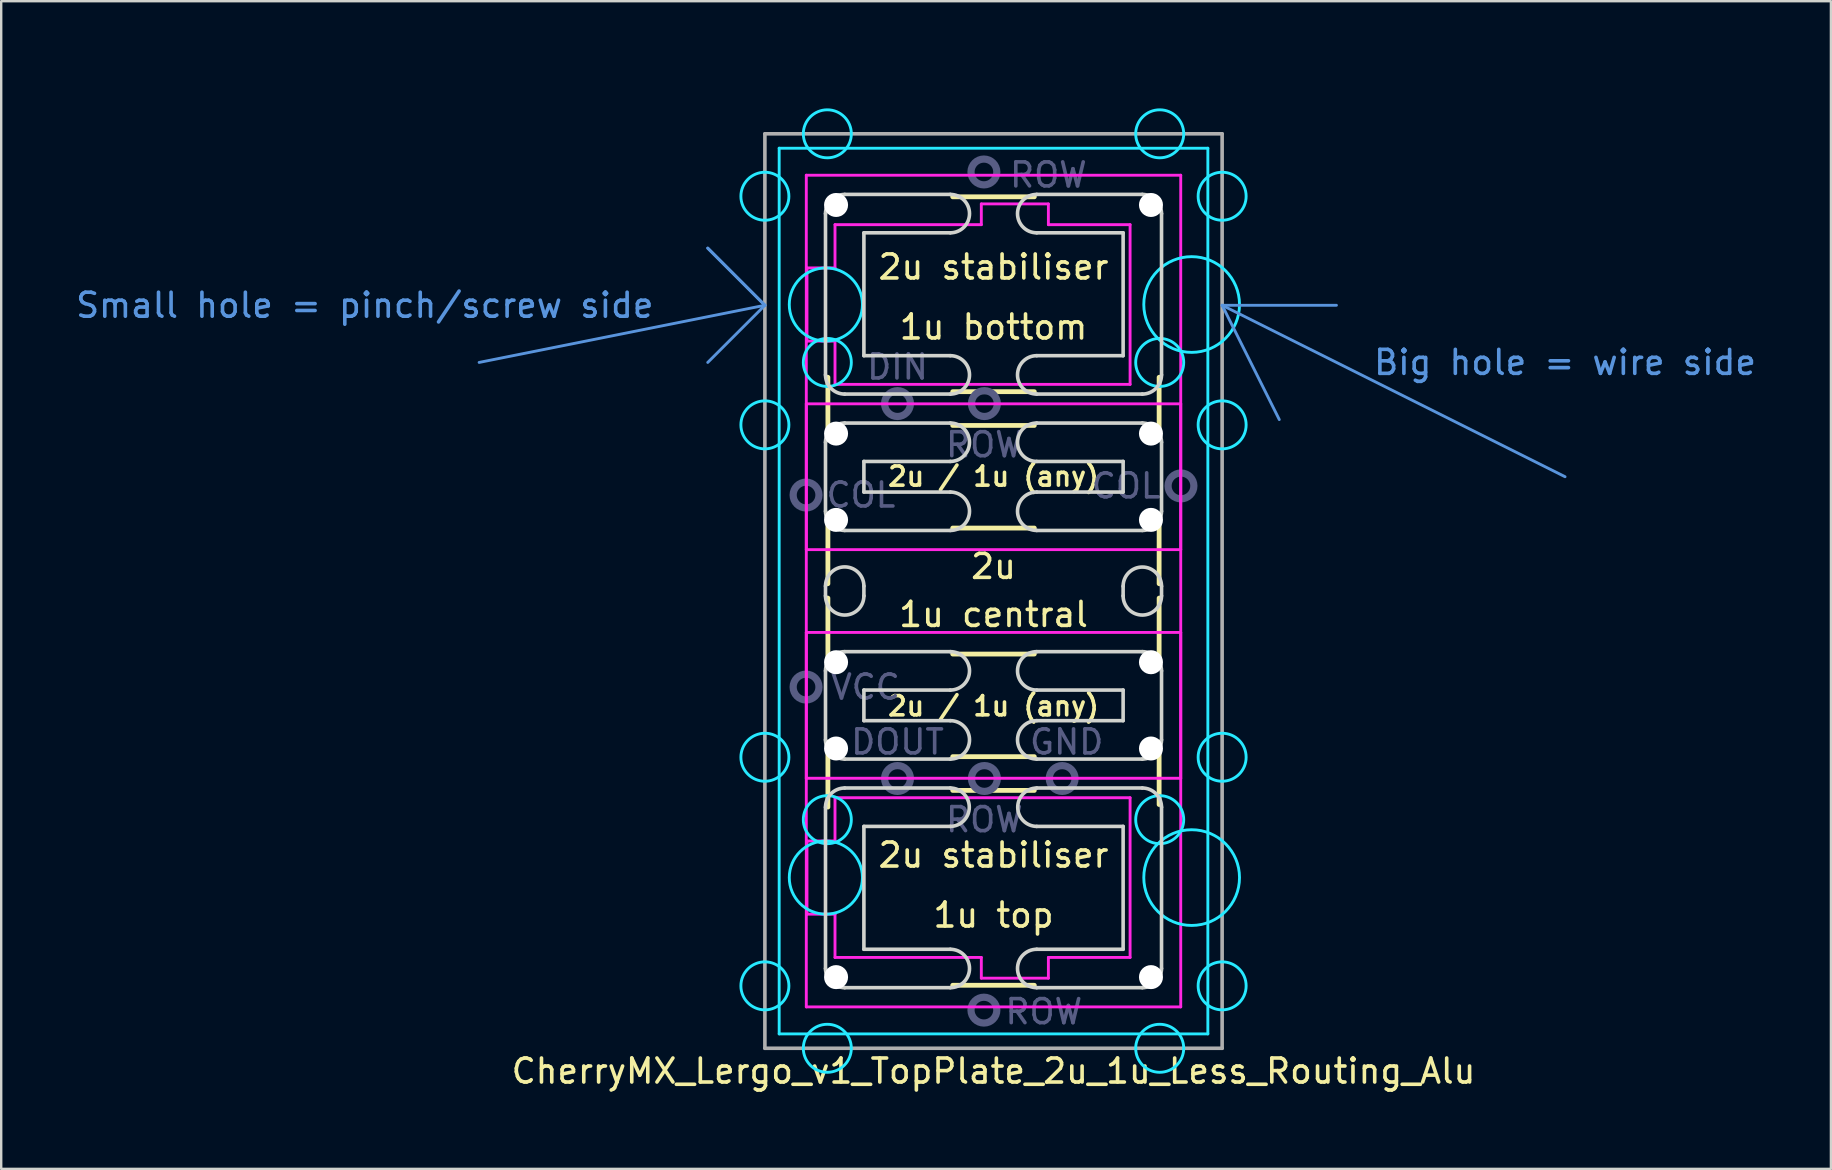
<source format=kicad_pcb>
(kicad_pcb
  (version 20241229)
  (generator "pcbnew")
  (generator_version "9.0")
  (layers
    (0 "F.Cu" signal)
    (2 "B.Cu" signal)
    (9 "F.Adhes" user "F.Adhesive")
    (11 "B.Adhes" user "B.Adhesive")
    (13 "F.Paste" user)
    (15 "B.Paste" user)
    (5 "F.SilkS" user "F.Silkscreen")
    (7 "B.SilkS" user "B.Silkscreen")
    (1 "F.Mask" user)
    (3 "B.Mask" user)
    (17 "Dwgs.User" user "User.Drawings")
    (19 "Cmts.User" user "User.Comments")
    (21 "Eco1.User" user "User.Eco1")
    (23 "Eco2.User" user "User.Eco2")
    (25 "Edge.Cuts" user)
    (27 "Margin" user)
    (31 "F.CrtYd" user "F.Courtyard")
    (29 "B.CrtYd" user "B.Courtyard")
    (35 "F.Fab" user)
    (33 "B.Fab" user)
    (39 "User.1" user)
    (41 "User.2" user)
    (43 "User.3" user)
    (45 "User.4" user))
  (footprint "CherryMX_Lergo_v1_TopPlate_2u_1u_Less_Routing_Alu"
    (layer "F.Cu")
    (at 38.343 21.575)
    (property "Reference" "CherryMX_Lergo_v1_TopPlate_2u_1u_Less_Routing_Alu" (at 0 20 0) (layer "F.SilkS") (effects (font (size 1 1) (thickness 0.15))))
    (attr through_hole)
    (fp_line (start -6.9 -6.306) (end -6.9 -8.906) (stroke (width 0.2) (type solid)) (layer "F.SilkS"))
    (fp_line (start -6.9 -0.306) (end -6.9 -3.206) (stroke (width 0.2) (type solid)) (layer "F.SilkS"))
    (fp_line (start -6.9 3.194) (end -6.9 0.294) (stroke (width 0.2) (type solid)) (layer "F.SilkS"))
    (fp_line (start -6.9 9) (end -6.9 6.294) (stroke (width 0.2) (type solid)) (layer "F.SilkS"))
    (fp_line (start -1.7 -16.425) (end 1.7 -16.425) (stroke (width 0.2) (type solid)) (layer "F.SilkS"))
    (fp_line (start -1.7 -8.306) (end 1.7 -8.306) (stroke (width 0.2) (type solid)) (layer "F.SilkS"))
    (fp_line (start -1.7 -6.9) (end 1.7 -6.9) (stroke (width 0.2) (type solid)) (layer "F.SilkS"))
    (fp_line (start -1.7 -2.625) (end 1.7 -2.625) (stroke (width 0.2) (type solid)) (layer "F.SilkS"))
    (fp_line (start -1.7 2.625) (end 1.7 2.625) (stroke (width 0.2) (type solid)) (layer "F.SilkS"))
    (fp_line (start -1.7 6.9) (end 1.7 6.9) (stroke (width 0.2) (type solid)) (layer "F.SilkS"))
    (fp_line (start -1.7 8.306) (end 1.7 8.306) (stroke (width 0.2) (type solid)) (layer "F.SilkS"))
    (fp_line (start -1.7 16.425) (end 1.7 16.425) (stroke (width 0.2) (type solid)) (layer "F.SilkS"))
    (fp_line (start 6.9 -6.306) (end 6.9 -8.906) (stroke (width 0.2) (type solid)) (layer "F.SilkS"))
    (fp_line (start 6.9 -0.306) (end 6.9 -3.206) (stroke (width 0.2) (type solid)) (layer "F.SilkS"))
    (fp_line (start 6.9 3.194) (end 6.9 0.294) (stroke (width 0.2) (type solid)) (layer "F.SilkS"))
    (fp_line (start 6.9 8.894) (end 6.9 6.294) (stroke (width 0.2) (type solid)) (layer "F.SilkS"))
    (fp_line (start -21.431 -9.525) (end -9.525 -11.906) (stroke (width 0.12) (type solid)) (layer "Cmts.User"))
    (fp_line (start -11.906 -14.287) (end -9.525 -11.906) (stroke (width 0.12) (type solid)) (layer "Cmts.User"))
    (fp_line (start -9.525 -11.906) (end -11.906 -14.287) (stroke (width 0.12) (type solid)) (layer "Cmts.User"))
    (fp_line (start -9.525 -11.906) (end -11.906 -9.525) (stroke (width 0.12) (type solid)) (layer "Cmts.User"))
    (fp_line (start 9.525 -11.906) (end 11.906 -7.144) (stroke (width 0.12) (type solid)) (layer "Cmts.User"))
    (fp_line (start 9.525 -11.906) (end 14.287 -11.906) (stroke (width 0.12) (type solid)) (layer "Cmts.User"))
    (fp_line (start 9.525 -11.906) (end 23.812 -4.763) (stroke (width 0.12) (type solid)) (layer "Cmts.User"))
    (fp_line (start -8.75 -10.44) (end -8.75 -13.44) (stroke (width 0.12) (type solid)) (layer "Eco1.User"))
    (fp_line (start -8.75 10.44) (end -8.75 13.44) (stroke (width 0.12) (type solid)) (layer "Eco1.User"))
    (fp_line (start -7.5 -13.94) (end -8.25 -13.94) (stroke (width 0.12) (type solid)) (layer "Eco1.User"))
    (fp_line (start -7.5 -9.94) (end -8.25 -9.94) (stroke (width 0.12) (type solid)) (layer "Eco1.User"))
    (fp_line (start -7.5 9.94) (end -8.25 9.94) (stroke (width 0.12) (type solid)) (layer "Eco1.User"))
    (fp_line (start -7.5 13.94) (end -8.25 13.94) (stroke (width 0.12) (type solid)) (layer "Eco1.User"))
    (fp_line (start -7 -16.025) (end -7 -14.44) (stroke (width 0.12) (type solid)) (layer "Eco1.User"))
    (fp_line (start -7 -9.44) (end -7 9.44) (stroke (width 0.12) (type solid)) (layer "Eco1.User"))
    (fp_line (start -7 16.025) (end -7 14.44) (stroke (width 0.12) (type solid)) (layer "Eco1.User"))
    (fp_line (start -6.5 16.525) (end 10.25 16.525) (stroke (width 0.12) (type solid)) (layer "Eco1.User"))
    (fp_line (start 7 -2.67) (end 7 -16.38) (stroke (width 0.12) (type solid)) (layer "Eco1.User"))
    (fp_line (start 7 6.855) (end 7 -6.855) (stroke (width 0.12) (type solid)) (layer "Eco1.User"))
    (fp_line (start 7 16.38) (end 7 2.67) (stroke (width 0.12) (type solid)) (layer "Eco1.User"))
    (fp_line (start 10.25 -16.525) (end -6.5 -16.525) (stroke (width 0.12) (type solid)) (layer "Eco1.User"))
    (fp_line (start 10.25 -7.355) (end 7.5 -7.355) (stroke (width 0.12) (type solid)) (layer "Eco1.User"))
    (fp_line (start 10.25 7.355) (end 7.5 7.355) (stroke (width 0.12) (type solid)) (layer "Eco1.User"))
    (fp_line (start 10.75 -16.025) (end 10.75 -7.855) (stroke (width 0.12) (type solid)) (layer "Eco1.User"))
    (fp_line (start 10.75 16.025) (end 10.75 7.855) (stroke (width 0.12) (type solid)) (layer "Eco1.User"))
    (fp_arc (start -8.75 -13.44) (mid -8.603553 -13.793553) (end -8.25 -13.94) (stroke (width 0.12) (type solid)) (layer "Eco1.User"))
    (fp_arc (start -8.75 10.44) (mid -8.603553 10.086447) (end -8.25 9.94) (stroke (width 0.12) (type solid)) (layer "Eco1.User"))
    (fp_arc (start -8.25 -9.94) (mid -8.603553 -10.086447) (end -8.75 -10.44) (stroke (width 0.12) (type solid)) (layer "Eco1.User"))
    (fp_arc (start -8.25 13.94) (mid -8.603553 13.793553) (end -8.75 13.44) (stroke (width 0.12) (type solid)) (layer "Eco1.User"))
    (fp_arc (start -7.5 -9.94) (mid -7.146447 -9.793553) (end -7 -9.44) (stroke (width 0.12) (type solid)) (layer "Eco1.User"))
    (fp_arc (start -7.5 13.94) (mid -7.146447 14.086447) (end -7 14.44) (stroke (width 0.12) (type solid)) (layer "Eco1.User"))
    (fp_arc (start -7 -16.025) (mid -6.853553 -16.378553) (end -6.5 -16.525) (stroke (width 0.12) (type solid)) (layer "Eco1.User"))
    (fp_arc (start -7 -14.44) (mid -7.146447 -14.086447) (end -7.5 -13.94) (stroke (width 0.12) (type solid)) (layer "Eco1.User"))
    (fp_arc (start -7 9.44) (mid -7.146447 9.793553) (end -7.5 9.94) (stroke (width 0.12) (type solid)) (layer "Eco1.User"))
    (fp_arc (start -6.5 16.525) (mid -6.853553 16.378553) (end -7 16.025) (stroke (width 0.12) (type solid)) (layer "Eco1.User"))
    (fp_arc (start 7 -6.855) (mid 7.146447 -7.208553) (end 7.5 -7.355) (stroke (width 0.12) (type solid)) (layer "Eco1.User"))
    (fp_arc (start 7.5 7.355) (mid 7.146447 7.208553) (end 7 6.855) (stroke (width 0.12) (type solid)) (layer "Eco1.User"))
    (fp_arc (start 10.25 -16.525) (mid 10.603553 -16.378553) (end 10.75 -16.025) (stroke (width 0.12) (type solid)) (layer "Eco1.User"))
    (fp_arc (start 10.25 7.355) (mid 10.603553 7.501447) (end 10.75 7.855) (stroke (width 0.12) (type solid)) (layer "Eco1.User"))
    (fp_arc (start 10.75 -7.855) (mid 10.603553 -7.501447) (end 10.25 -7.355) (stroke (width 0.12) (type solid)) (layer "Eco1.User"))
    (fp_arc (start 10.75 16.025) (mid 10.603553 16.378553) (end 10.25 16.525) (stroke (width 0.12) (type solid)) (layer "Eco1.User"))
    (fp_line (start -11.5 -21.5) (end -11.5 21) (stroke (width 0.15) (type solid)) (layer "Eco2.User"))
    (fp_line (start 11.5 -21.5) (end -11.5 -21.5) (stroke (width 0.15) (type solid)) (layer "Eco2.User"))
    (fp_line (start 11.5 -21.5) (end 11.5 21) (stroke (width 0.15) (type solid)) (layer "Eco2.User"))
    (fp_line (start 11.5 21) (end -11.5 21) (stroke (width 0.15) (type solid)) (layer "Eco2.User"))
    (fp_line (start -7 9.006) (end -7 15.725) (stroke (width 0.15) (type solid)) (layer "Edge.Cuts"))
    (fp_line (start -7 -15.725) (end -7 -9.006) (stroke (width 0.15) (type solid)) (layer "Edge.Cuts"))
    (fp_line (start -7 -6.2) (end -7 -3.325) (stroke (width 0.15) (type solid)) (layer "Edge.Cuts"))
    (fp_line (start -7 0.2) (end -7 -0.206) (stroke (width 0.15) (type solid)) (layer "Edge.Cuts"))
    (fp_line (start -7 3.325) (end -7 6.2) (stroke (width 0.15) (type solid)) (layer "Edge.Cuts"))
    (fp_line (start -6.2 -2.525) (end -1.8 -2.525) (stroke (width 0.15) (type solid)) (layer "Edge.Cuts"))
    (fp_line (start -6.2 7) (end -1.8 7) (stroke (width 0.15) (type solid)) (layer "Edge.Cuts"))
    (fp_line (start -6.2 16.525) (end -1.8 16.525) (stroke (width 0.15) (type solid)) (layer "Edge.Cuts"))
    (fp_line (start -5.4 -9.806) (end -5.4 -14.925) (stroke (width 0.15) (type solid)) (layer "Edge.Cuts"))
    (fp_line (start -5.4 -4.125) (end -5.4 -5.4) (stroke (width 0.15) (type solid)) (layer "Edge.Cuts"))
    (fp_line (start -5.4 -4.125) (end -1.8 -4.125) (stroke (width 0.15) (type solid)) (layer "Edge.Cuts"))
    (fp_line (start -5.4 0.2) (end -5.4 -0.206) (stroke (width 0.15) (type solid)) (layer "Edge.Cuts"))
    (fp_line (start -5.4 5.4) (end -5.4 4.125) (stroke (width 0.15) (type solid)) (layer "Edge.Cuts"))
    (fp_line (start -5.4 5.4) (end -1.8 5.4) (stroke (width 0.15) (type solid)) (layer "Edge.Cuts"))
    (fp_line (start -5.4 14.925) (end -5.4 9.806) (stroke (width 0.15) (type solid)) (layer "Edge.Cuts"))
    (fp_line (start -5.4 14.925) (end -1.8 14.925) (stroke (width 0.15) (type solid)) (layer "Edge.Cuts"))
    (fp_line (start -1.8 -9.806) (end -5.4 -9.806) (stroke (width 0.15) (type solid)) (layer "Edge.Cuts"))
    (fp_line (start -1.8 -8.206) (end -6.2 -8.206) (stroke (width 0.15) (type solid)) (layer "Edge.Cuts"))
    (fp_line (start -1.8 -7) (end -6.2 -7) (stroke (width 0.15) (type solid)) (layer "Edge.Cuts"))
    (fp_line (start -1.8 -5.4) (end -5.4 -5.4) (stroke (width 0.15) (type solid)) (layer "Edge.Cuts"))
    (fp_line (start -1.8 2.525) (end -6.2 2.525) (stroke (width 0.15) (type solid)) (layer "Edge.Cuts"))
    (fp_line (start -1.8 4.125) (end -5.4 4.125) (stroke (width 0.15) (type solid)) (layer "Edge.Cuts"))
    (fp_line (start -1.8 8.206) (end -6.2 8.206) (stroke (width 0.15) (type solid)) (layer "Edge.Cuts"))
    (fp_line (start -1.8 9.806) (end -5.4 9.806) (stroke (width 0.15) (type solid)) (layer "Edge.Cuts"))
    (fp_line (start -1.8 -16.525) (end -6.2 -16.525) (stroke (width 0.15) (type solid)) (layer "Edge.Cuts"))
    (fp_line (start -1.8 -14.925) (end -5.4 -14.925) (stroke (width 0.15) (type solid)) (layer "Edge.Cuts"))
    (fp_line (start 1.8 -4.125) (end 5.4 -4.125) (stroke (width 0.15) (type solid)) (layer "Edge.Cuts"))
    (fp_line (start 1.8 -2.525) (end 6.2 -2.525) (stroke (width 0.15) (type solid)) (layer "Edge.Cuts"))
    (fp_line (start 1.8 5.4) (end 5.4 5.4) (stroke (width 0.15) (type solid)) (layer "Edge.Cuts"))
    (fp_line (start 1.8 7) (end 6.2 7) (stroke (width 0.15) (type solid)) (layer "Edge.Cuts"))
    (fp_line (start 1.8 14.925) (end 5.4 14.925) (stroke (width 0.15) (type solid)) (layer "Edge.Cuts"))
    (fp_line (start 1.8 16.525) (end 6.2 16.525) (stroke (width 0.15) (type solid)) (layer "Edge.Cuts"))
    (fp_line (start 5.4 -14.925) (end 1.8 -14.925) (stroke (width 0.15) (type solid)) (layer "Edge.Cuts"))
    (fp_line (start 5.4 -9.806) (end 1.8 -9.806) (stroke (width 0.15) (type solid)) (layer "Edge.Cuts"))
    (fp_line (start 5.4 -9.806) (end 5.4 -14.925) (stroke (width 0.15) (type solid)) (layer "Edge.Cuts"))
    (fp_line (start 5.4 -5.4) (end 1.8 -5.4) (stroke (width 0.15) (type solid)) (layer "Edge.Cuts"))
    (fp_line (start 5.4 -4.125) (end 5.4 -5.4) (stroke (width 0.15) (type solid)) (layer "Edge.Cuts"))
    (fp_line (start 5.4 0.2) (end 5.4 -0.2) (stroke (width 0.15) (type solid)) (layer "Edge.Cuts"))
    (fp_line (start 5.4 4.125) (end 1.8 4.125) (stroke (width 0.15) (type solid)) (layer "Edge.Cuts"))
    (fp_line (start 5.4 5.4) (end 5.4 4.125) (stroke (width 0.15) (type solid)) (layer "Edge.Cuts"))
    (fp_line (start 5.4 9.806) (end 1.8 9.806) (stroke (width 0.15) (type solid)) (layer "Edge.Cuts"))
    (fp_line (start 5.4 14.925) (end 5.4 9.806) (stroke (width 0.15) (type solid)) (layer "Edge.Cuts"))
    (fp_line (start 6.2 -8.206) (end 1.8 -8.206) (stroke (width 0.15) (type solid)) (layer "Edge.Cuts"))
    (fp_line (start 6.2 8.206) (end 1.8 8.206) (stroke (width 0.15) (type solid)) (layer "Edge.Cuts"))
    (fp_line (start 6.2 -16.525) (end 1.8 -16.525) (stroke (width 0.15) (type solid)) (layer "Edge.Cuts"))
    (fp_line (start 6.2 -7) (end 1.8 -7) (stroke (width 0.15) (type solid)) (layer "Edge.Cuts"))
    (fp_line (start 6.2 2.525) (end 1.8 2.525) (stroke (width 0.15) (type solid)) (layer "Edge.Cuts"))
    (fp_line (start 7 9.006) (end 7 15.725) (stroke (width 0.15) (type solid)) (layer "Edge.Cuts"))
    (fp_line (start 7 -15.725) (end 7 -9.006) (stroke (width 0.15) (type solid)) (layer "Edge.Cuts"))
    (fp_line (start 7 -6.2) (end 7 -3.325) (stroke (width 0.15) (type solid)) (layer "Edge.Cuts"))
    (fp_line (start 7 0.2) (end 7 -0.2) (stroke (width 0.15) (type solid)) (layer "Edge.Cuts"))
    (fp_line (start 7 3.325) (end 7 6.2) (stroke (width 0.15) (type solid)) (layer "Edge.Cuts"))
    (fp_arc (start -7.000008 9.006273) (mid -6.765702 8.440573) (end -6.200008 8.20625) (stroke (width 0.15) (type solid)) (layer "Edge.Cuts"))
    (fp_arc (start -7 -15.725) (mid -6.765685 -16.290685) (end -6.2 -16.525) (stroke (width 0.15) (type solid)) (layer "Edge.Cuts"))
    (fp_arc (start -7 -6.2) (mid -6.765685 -6.765685) (end -6.2 -7) (stroke (width 0.15) (type solid)) (layer "Edge.Cuts"))
    (fp_arc (start -7 -0.20625) (mid -6.2 -1.00625) (end -5.4 -0.20625) (stroke (width 0.15) (type solid)) (layer "Edge.Cuts"))
    (fp_arc (start -7 3.325) (mid -6.765685 2.759315) (end -6.2 2.525) (stroke (width 0.15) (type solid)) (layer "Edge.Cuts"))
    (fp_arc (start -6.200008 -8.20625) (mid -6.765693 -8.440565) (end -7.000008 -9.00625) (stroke (width 0.15) (type solid)) (layer "Edge.Cuts"))
    (fp_arc (start -6.2 -2.525) (mid -6.765685 -2.759315) (end -7 -3.325) (stroke (width 0.15) (type solid)) (layer "Edge.Cuts"))
    (fp_arc (start -6.2 7) (mid -6.765685 6.765685) (end -7 6.2) (stroke (width 0.15) (type solid)) (layer "Edge.Cuts"))
    (fp_arc (start -6.2 16.525) (mid -6.765685 16.290685) (end -7 15.725) (stroke (width 0.15) (type solid)) (layer "Edge.Cuts"))
    (fp_arc (start -5.4 0.2) (mid -6.2 1) (end -7 0.2) (stroke (width 0.15) (type solid)) (layer "Edge.Cuts"))
    (fp_arc (start -1.800008 -9.80625) (mid -1.000008 -9.00625) (end -1.800008 -8.20625) (stroke (width 0.15) (type solid)) (layer "Edge.Cuts"))
    (fp_arc (start -1.800008 -7) (mid -1.000008 -6.2) (end -1.800008 -5.4) (stroke (width 0.15) (type solid)) (layer "Edge.Cuts"))
    (fp_arc (start -1.800008 -4.125) (mid -1.000008 -3.325) (end -1.800008 -2.525) (stroke (width 0.15) (type solid)) (layer "Edge.Cuts"))
    (fp_arc (start -1.800008 2.525) (mid -1.000008 3.325) (end -1.800008 4.125) (stroke (width 0.15) (type solid)) (layer "Edge.Cuts"))
    (fp_arc (start -1.800008 5.4) (mid -1.000008 6.2) (end -1.800008 7) (stroke (width 0.15) (type solid)) (layer "Edge.Cuts"))
    (fp_arc (start -1.800008 8.20625) (mid -1.000008 9.00625) (end -1.800008 9.80625) (stroke (width 0.15) (type solid)) (layer "Edge.Cuts"))
    (fp_arc (start -1.8 -16.525) (mid -1 -15.725) (end -1.8 -14.925) (stroke (width 0.15) (type solid)) (layer "Edge.Cuts"))
    (fp_arc (start -1.8 14.925) (mid -1 15.725) (end -1.8 16.525) (stroke (width 0.15) (type solid)) (layer "Edge.Cuts"))
    (fp_arc (start 1.799992 -8.20625) (mid 0.999992 -9.00625) (end 1.799992 -9.80625) (stroke (width 0.15) (type solid)) (layer "Edge.Cuts"))
    (fp_arc (start 1.799992 -5.4) (mid 0.999992 -6.2) (end 1.799992 -7) (stroke (width 0.15) (type solid)) (layer "Edge.Cuts"))
    (fp_arc (start 1.799992 -2.525) (mid 0.999992 -3.325) (end 1.799992 -4.125) (stroke (width 0.15) (type solid)) (layer "Edge.Cuts"))
    (fp_arc (start 1.799992 4.125) (mid 0.999992 3.325) (end 1.799992 2.525) (stroke (width 0.15) (type solid)) (layer "Edge.Cuts"))
    (fp_arc (start 1.799992 7) (mid 0.999992 6.2) (end 1.799992 5.4) (stroke (width 0.15) (type solid)) (layer "Edge.Cuts"))
    (fp_arc (start 1.799992 9.80625) (mid 0.999992 9.00625) (end 1.799992 8.20625) (stroke (width 0.15) (type solid)) (layer "Edge.Cuts"))
    (fp_arc (start 1.799992 16.525) (mid 0.999992 15.725) (end 1.799992 14.925) (stroke (width 0.15) (type solid)) (layer "Edge.Cuts"))
    (fp_arc (start 1.8 -14.925) (mid 1 -15.725) (end 1.8 -16.525) (stroke (width 0.15) (type solid)) (layer "Edge.Cuts"))
    (fp_arc (start 5.4 -0.2) (mid 6.2 -1) (end 7 -0.2) (stroke (width 0.15) (type solid)) (layer "Edge.Cuts"))
    (fp_arc (start 6.199992 8.20625) (mid 6.765677 8.440565) (end 6.999992 9.00625) (stroke (width 0.15) (type solid)) (layer "Edge.Cuts"))
    (fp_arc (start 6.2 -16.525) (mid 6.765685 -16.290685) (end 7 -15.725) (stroke (width 0.15) (type solid)) (layer "Edge.Cuts"))
    (fp_arc (start 6.2 -7) (mid 6.765685 -6.765685) (end 7 -6.2) (stroke (width 0.15) (type solid)) (layer "Edge.Cuts"))
    (fp_arc (start 6.2 2.525) (mid 6.765685 2.759315) (end 7 3.325) (stroke (width 0.15) (type solid)) (layer "Edge.Cuts"))
    (fp_arc (start 6.999992 -9.006227) (mid 6.765669 -8.440556) (end 6.199992 -8.20625) (stroke (width 0.15) (type solid)) (layer "Edge.Cuts"))
    (fp_arc (start 7 -3.325) (mid 6.765685 -2.759315) (end 6.2 -2.525) (stroke (width 0.15) (type solid)) (layer "Edge.Cuts"))
    (fp_arc (start 7 0.2) (mid 6.2 1) (end 5.4 0.2) (stroke (width 0.15) (type solid)) (layer "Edge.Cuts"))
    (fp_arc (start 7 6.2) (mid 6.765685 6.765685) (end 6.2 7) (stroke (width 0.15) (type solid)) (layer "Edge.Cuts"))
    (fp_arc (start 7 15.725) (mid 6.765685 16.290685) (end 6.2 16.525) (stroke (width 0.15) (type solid)) (layer "Edge.Cuts"))
    (fp_line (start -8.93 -18.45) (end 8.93 -18.45) (stroke (width 0.12) (type solid)) (layer "B.CrtYd"))
    (fp_line (start -8.93 18.45) (end -8.93 -18.45) (stroke (width 0.12) (type solid)) (layer "B.CrtYd"))
    (fp_line (start 8.93 -18.45) (end 8.93 18.45) (stroke (width 0.12) (type solid)) (layer "B.CrtYd"))
    (fp_line (start 8.93 18.45) (end -8.93 18.45) (stroke (width 0.12) (type solid)) (layer "B.CrtYd"))
    (fp_circle (center -9.525 -16.449) (end -8.525 -16.449) (stroke (width 0.12) (type solid)) (fill no) (layer "B.CrtYd"))
    (fp_circle (center -9.525 -6.924) (end -8.525 -6.924) (stroke (width 0.12) (type solid)) (fill no) (layer "B.CrtYd"))
    (fp_circle (center -9.525 6.924) (end -8.525 6.924) (stroke (width 0.12) (type solid)) (fill no) (layer "B.CrtYd"))
    (fp_circle (center -9.525 16.449) (end -10.525 16.449) (stroke (width 0.12) (type solid)) (fill no) (layer "B.CrtYd"))
    (fp_circle (center -6.985 -11.938) (end -5.461 -11.938) (stroke (width 0.12) (type solid)) (fill no) (layer "B.CrtYd"))
    (fp_circle (center -6.985 11.938) (end -5.461 11.938) (stroke (width 0.12) (type solid)) (fill no) (layer "B.CrtYd"))
    (fp_circle (center -6.924 -19.05) (end -5.924 -19.05) (stroke (width 0.12) (type solid)) (fill no) (layer "B.CrtYd"))
    (fp_circle (center -6.924 -9.525) (end -5.924 -9.525) (stroke (width 0.12) (type solid)) (fill no) (layer "B.CrtYd"))
    (fp_circle (center -6.924 9.525) (end -5.924 9.525) (stroke (width 0.12) (type solid)) (fill no) (layer "B.CrtYd"))
    (fp_circle (center -6.924 19.05) (end -5.924 19.05) (stroke (width 0.12) (type solid)) (fill no) (layer "B.CrtYd"))
    (fp_circle (center 6.924 -19.05) (end 7.924 -19.05) (stroke (width 0.12) (type solid)) (fill no) (layer "B.CrtYd"))
    (fp_circle (center 6.924 -9.525) (end 7.924 -9.525) (stroke (width 0.12) (type solid)) (fill no) (layer "B.CrtYd"))
    (fp_circle (center 6.924 9.525) (end 7.924 9.525) (stroke (width 0.12) (type solid)) (fill no) (layer "B.CrtYd"))
    (fp_circle (center 6.924 19.05) (end 7.924 19.05) (stroke (width 0.12) (type solid)) (fill no) (layer "B.CrtYd"))
    (fp_circle (center 8.255 -11.938) (end 10.249 -11.938) (stroke (width 0.12) (type solid)) (fill no) (layer "B.CrtYd"))
    (fp_circle (center 8.255 11.938) (end 10.249 11.938) (stroke (width 0.12) (type solid)) (fill no) (layer "B.CrtYd"))
    (fp_circle (center 9.525 -16.449) (end 10.525 -16.449) (stroke (width 0.12) (type solid)) (fill no) (layer "B.CrtYd"))
    (fp_circle (center 9.525 -6.924) (end 10.525 -6.924) (stroke (width 0.12) (type solid)) (fill no) (layer "B.CrtYd"))
    (fp_circle (center 9.525 6.924) (end 10.525 6.924) (stroke (width 0.12) (type solid)) (fill no) (layer "B.CrtYd"))
    (fp_circle (center 9.525 16.449) (end 8.525 16.449) (stroke (width 0.12) (type solid)) (fill no) (layer "B.CrtYd"))
    (fp_line (start -7.8 -17.325) (end 7.8 -17.325) (stroke (width 0.12) (type solid)) (layer "F.CrtYd"))
    (fp_line (start -7.8 -7.8) (end 7.8 -7.8) (stroke (width 0.12) (type solid)) (layer "F.CrtYd"))
    (fp_line (start -7.8 -1.725) (end -7.8 -17.325) (stroke (width 0.12) (type solid)) (layer "F.CrtYd"))
    (fp_line (start -7.8 1.725) (end 7.8 1.725) (stroke (width 0.12) (type solid)) (layer "F.CrtYd"))
    (fp_line (start -7.8 7.8) (end -7.8 -7.8) (stroke (width 0.12) (type solid)) (layer "F.CrtYd"))
    (fp_line (start -7.8 17.325) (end -7.8 1.725) (stroke (width 0.12) (type solid)) (layer "F.CrtYd"))
    (fp_line (start -7.772 -13.462) (end -6.604 -13.462) (stroke (width 0.12) (type solid)) (layer "F.CrtYd"))
    (fp_line (start -7.772 -10.414) (end -7.772 -13.462) (stroke (width 0.12) (type solid)) (layer "F.CrtYd"))
    (fp_line (start -7.772 -10.414) (end -6.604 -10.414) (stroke (width 0.12) (type solid)) (layer "F.CrtYd"))
    (fp_line (start -7.772 10.414) (end -6.604 10.414) (stroke (width 0.12) (type solid)) (layer "F.CrtYd"))
    (fp_line (start -7.772 13.462) (end -7.772 10.414) (stroke (width 0.12) (type solid)) (layer "F.CrtYd"))
    (fp_line (start -7.772 13.462) (end -6.604 13.462) (stroke (width 0.12) (type solid)) (layer "F.CrtYd"))
    (fp_line (start -6.604 -15.265) (end -6.604 -13.462) (stroke (width 0.12) (type solid)) (layer "F.CrtYd"))
    (fp_line (start -6.604 -15.265) (end -0.508 -15.265) (stroke (width 0.12) (type solid)) (layer "F.CrtYd"))
    (fp_line (start -6.604 -8.611) (end -6.604 -10.414) (stroke (width 0.12) (type solid)) (layer "F.CrtYd"))
    (fp_line (start -6.604 -8.611) (end 5.69 -8.611) (stroke (width 0.12) (type solid)) (layer "F.CrtYd"))
    (fp_line (start -6.604 8.611) (end -6.604 10.414) (stroke (width 0.12) (type solid)) (layer "F.CrtYd"))
    (fp_line (start -6.604 8.611) (end 5.69 8.611) (stroke (width 0.12) (type solid)) (layer "F.CrtYd"))
    (fp_line (start -6.604 15.265) (end -6.604 13.462) (stroke (width 0.12) (type solid)) (layer "F.CrtYd"))
    (fp_line (start -6.604 15.265) (end -0.508 15.265) (stroke (width 0.12) (type solid)) (layer "F.CrtYd"))
    (fp_line (start -0.508 -16.129) (end 2.286 -16.129) (stroke (width 0.12) (type solid)) (layer "F.CrtYd"))
    (fp_line (start -0.508 -15.265) (end -0.508 -16.129) (stroke (width 0.12) (type solid)) (layer "F.CrtYd"))
    (fp_line (start -0.508 15.265) (end -0.508 16.129) (stroke (width 0.12) (type solid)) (layer "F.CrtYd"))
    (fp_line (start 2.286 -15.265) (end 2.286 -16.129) (stroke (width 0.12) (type solid)) (layer "F.CrtYd"))
    (fp_line (start 2.286 -15.265) (end 5.69 -15.265) (stroke (width 0.12) (type solid)) (layer "F.CrtYd"))
    (fp_line (start 2.286 15.265) (end 2.286 16.129) (stroke (width 0.12) (type solid)) (layer "F.CrtYd"))
    (fp_line (start 2.286 15.265) (end 5.69 15.265) (stroke (width 0.12) (type solid)) (layer "F.CrtYd"))
    (fp_line (start 2.286 16.129) (end -0.508 16.129) (stroke (width 0.12) (type solid)) (layer "F.CrtYd"))
    (fp_line (start 5.69 -8.611) (end 5.69 -15.265) (stroke (width 0.12) (type solid)) (layer "F.CrtYd"))
    (fp_line (start 5.69 15.265) (end 5.69 8.611) (stroke (width 0.12) (type solid)) (layer "F.CrtYd"))
    (fp_line (start 7.8 -17.325) (end 7.8 -1.725) (stroke (width 0.12) (type solid)) (layer "F.CrtYd"))
    (fp_line (start 7.8 -7.8) (end 7.8 7.8) (stroke (width 0.12) (type solid)) (layer "F.CrtYd"))
    (fp_line (start 7.8 -1.725) (end -7.8 -1.725) (stroke (width 0.12) (type solid)) (layer "F.CrtYd"))
    (fp_line (start 7.8 1.725) (end 7.8 17.325) (stroke (width 0.12) (type solid)) (layer "F.CrtYd"))
    (fp_line (start 7.8 7.8) (end -7.8 7.8) (stroke (width 0.12) (type solid)) (layer "F.CrtYd"))
    (fp_line (start 7.8 17.325) (end -7.8 17.325) (stroke (width 0.12) (type solid)) (layer "F.CrtYd"))
    (fp_circle (center -7.81 -4) (end -7.272 -4) (stroke (width 0.3) (type solid)) (fill no) (layer "B.Fab"))
    (fp_circle (center -7.81 4) (end -7.272 4) (stroke (width 0.3) (type solid)) (fill no) (layer "B.Fab"))
    (fp_circle (center -4 -7.81) (end -3.462 -7.81) (stroke (width 0.3) (type solid)) (fill no) (layer "B.Fab"))
    (fp_circle (center -4 7.81) (end -3.462 7.81) (stroke (width 0.3) (type solid)) (fill no) (layer "B.Fab"))
    (fp_circle (center -0.4 -17.46) (end 0.138 -17.46) (stroke (width 0.3) (type solid)) (fill no) (layer "B.Fab"))
    (fp_circle (center -0.4 17.46) (end 0.138 17.46) (stroke (width 0.3) (type solid)) (fill no) (layer "B.Fab"))
    (fp_circle (center -0.38 -7.81) (end 0.158 -7.81) (stroke (width 0.3) (type solid)) (fill no) (layer "B.Fab"))
    (fp_circle (center -0.38 7.81) (end 0.158 7.81) (stroke (width 0.3) (type solid)) (fill no) (layer "B.Fab"))
    (fp_circle (center 2.86 7.81) (end 3.397 7.81) (stroke (width 0.3) (type solid)) (fill no) (layer "B.Fab"))
    (fp_circle (center 7.81 -4.38) (end 8.348 -4.38) (stroke (width 0.3) (type solid)) (fill no) (layer "B.Fab"))
    (fp_line (start -9.525 -19.05) (end -9.525 19.05) (stroke (width 0.15) (type solid)) (layer "F.Fab"))
    (fp_line (start -9.525 19.05) (end 9.525 19.05) (stroke (width 0.15) (type solid)) (layer "F.Fab"))
    (fp_line (start 9.525 -19.05) (end -9.525 -19.05) (stroke (width 0.15) (type solid)) (layer "F.Fab"))
    (fp_line (start 9.525 19.05) (end 9.525 -19.05) (stroke (width 0.15) (type solid)) (layer "F.Fab"))
    (fp_text user "1u bottom" (at 0 -11 0) (layer "F.SilkS") (effects (font (size 1 1) (thickness 0.15))))
    (fp_text user "2u stabiliser" (at 0 -13.5 0) (layer "F.SilkS") (effects (font (size 1 1) (thickness 0.15))))
    (fp_text user "1u top" (at 0 13.5 0) (layer "F.SilkS") (effects (font (size 1 1) (thickness 0.15))))
    (fp_text user "2u" (at 0 -1.025 0) (layer "F.SilkS") (effects (font (size 1 1) (thickness 0.15))))
    (fp_text user "2u stabiliser" (at 0 11 0) (layer "F.SilkS") (effects (font (size 1 1) (thickness 0.15))))
    (fp_text user "2u / 1u (any)" (at 0 -4.775 0) (layer "F.SilkS") (effects (font (size 0.8 0.8) (thickness 0.15))))
    (fp_text user "1u central" (at 0 0.975 0) (layer "F.SilkS") (effects (font (size 1 1) (thickness 0.15))))
    (fp_text user "2u / 1u (any)" (at 0 4.794 0) (layer "F.SilkS") (effects (font (size 0.8 0.8) (thickness 0.15))))
    (fp_text user "Small hole = pinch/screw side" (at -26.194 -11.906 0) (layer "Cmts.User") (effects (font (size 1 1) (thickness 0.15))))
    (fp_text user "Big hole = wire side" (at 23.812 -9.525 0) (layer "Cmts.User") (effects (font (size 1 1) (thickness 0.15))))
    (fp_text user "GND" (at 3.048 6.287 0) (layer "B.Fab") (effects (font (size 1 1) (thickness 0.15))))
    (fp_text user "COL" (at 5.524 -4.381 0) (layer "B.Fab") (effects (font (size 1 1) (thickness 0.15))))
    (fp_text user "VCC" (at -5.334 4 0) (layer "B.Fab") (effects (font (size 1 1) (thickness 0.15))))
    (fp_text user "ROW" (at 2.095 17.526 0) (layer "B.Fab") (effects (font (size 1 1) (thickness 0.15))))
    (fp_text user "ROW" (at -0.381 9.525 0) (layer "B.Fab") (effects (font (size 1 1) (thickness 0.15))))
    (fp_text user "ROW" (at -0.381 -6.096 0) (layer "B.Fab") (effects (font (size 1 1) (thickness 0.15))))
    (fp_text user "DIN" (at -4 -9.335 0) (layer "B.Fab") (effects (font (size 1 1) (thickness 0.15))))
    (fp_text user "COL" (at -5.524 -4 0) (layer "B.Fab") (effects (font (size 1 1) (thickness 0.15))))
    (fp_text user "ROW" (at 2.286 -17.335 0) (layer "B.Fab") (effects (font (size 1 1) (thickness 0.15))))
    (fp_text user "DOUT" (at -4 6.287 0) (layer "B.Fab") (effects (font (size 1 1) (thickness 0.15))))
    (pad "" np_thru_hole circle (at -6.56 -16.085) (size 1 1) (drill 1) (layers "*.Cu"))
    (pad "" np_thru_hole circle (at -6.56 -6.56) (size 1 1) (drill 1) (layers "*.Cu"))
    (pad "" np_thru_hole circle (at -6.56 -2.965) (size 1 1) (drill 1) (layers "*.Cu"))
    (pad "" np_thru_hole circle (at -6.56 2.965) (size 1 1) (drill 1) (layers "*.Cu"))
    (pad "" np_thru_hole circle (at -6.56 6.56) (size 1 1) (drill 1) (layers "*.Cu"))
    (pad "" np_thru_hole circle (at -6.56 16.085) (size 1 1) (drill 1) (layers "*.Cu"))
    (pad "" np_thru_hole circle (at 6.56 -16.085) (size 1 1) (drill 1) (layers "*.Cu"))
    (pad "" np_thru_hole circle (at 6.56 -6.56) (size 1 1) (drill 1) (layers "*.Cu"))
    (pad "" np_thru_hole circle (at 6.56 -2.965) (size 1 1) (drill 1) (layers "*.Cu"))
    (pad "" np_thru_hole circle (at 6.56 2.965) (size 1 1) (drill 1) (layers "*.Cu"))
    (pad "" np_thru_hole circle (at 6.56 6.56) (size 1 1) (drill 1) (layers "*.Cu"))
    (pad "" np_thru_hole circle (at 6.56 16.085) (size 1 1) (drill 1) (layers "*.Cu")))
  (gr_rect
    (start -3 -3)
    (end 73.232 45.65)
    (stroke (width 0.1) (type default))
    (fill no)
    (layer "Edge.Cuts")))
</source>
